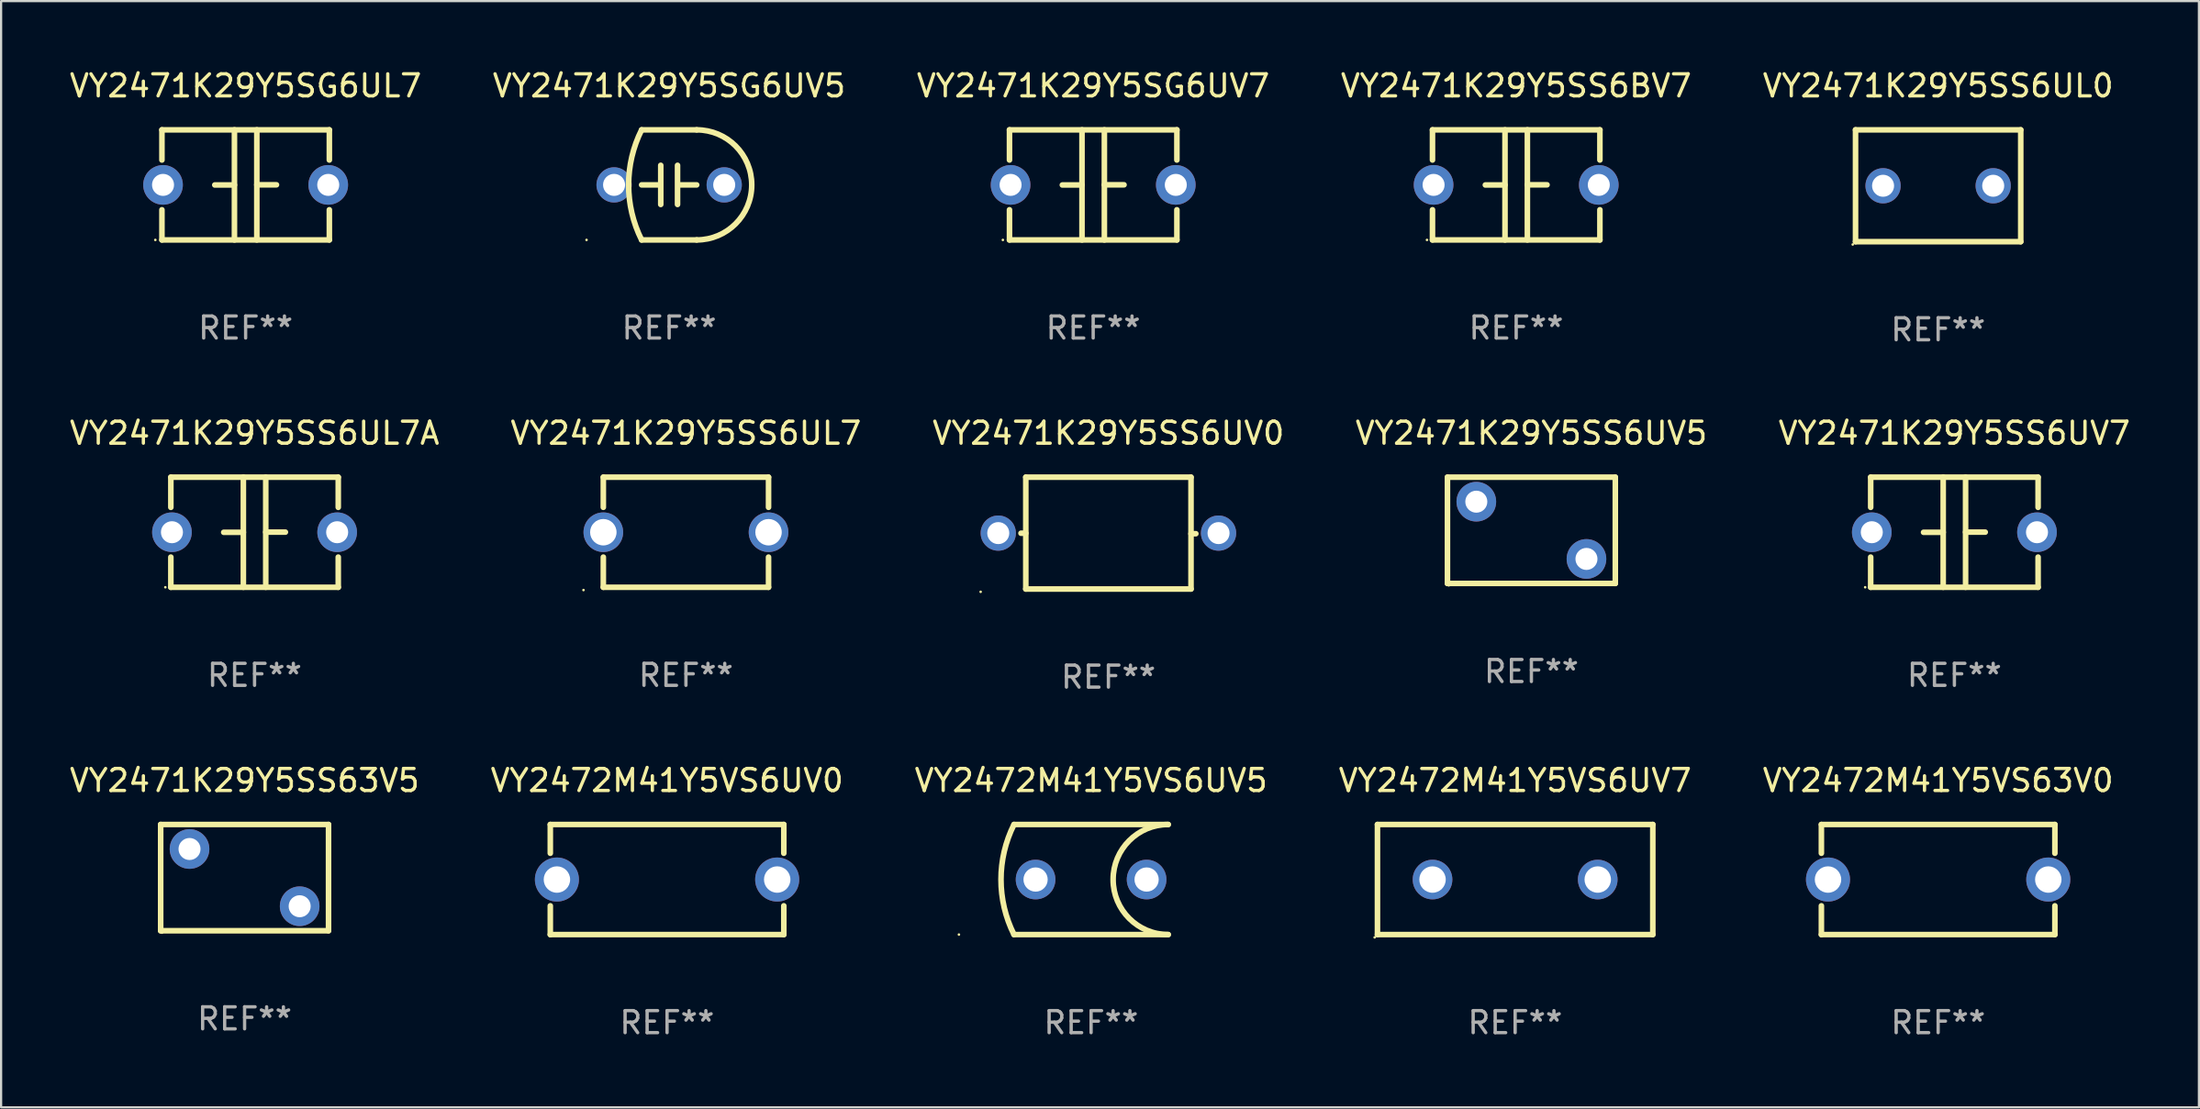
<source format=kicad_pcb>
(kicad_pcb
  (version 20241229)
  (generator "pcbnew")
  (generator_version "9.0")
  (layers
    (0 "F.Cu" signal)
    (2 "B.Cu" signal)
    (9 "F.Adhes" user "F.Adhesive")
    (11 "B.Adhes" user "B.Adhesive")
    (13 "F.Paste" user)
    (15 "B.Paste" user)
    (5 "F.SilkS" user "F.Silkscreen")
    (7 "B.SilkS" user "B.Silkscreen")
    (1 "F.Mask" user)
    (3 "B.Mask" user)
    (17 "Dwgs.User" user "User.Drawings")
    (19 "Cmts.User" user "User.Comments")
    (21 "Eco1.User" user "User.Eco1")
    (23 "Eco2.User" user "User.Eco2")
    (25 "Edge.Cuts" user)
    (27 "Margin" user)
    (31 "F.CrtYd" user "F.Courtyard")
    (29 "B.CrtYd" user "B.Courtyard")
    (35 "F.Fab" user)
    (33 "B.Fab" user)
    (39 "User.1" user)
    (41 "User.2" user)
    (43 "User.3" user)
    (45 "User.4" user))
  (footprint "VY2471K29Y5SS6UV0"
    (layer "F.Cu")
    (at 47.268 21.165)
    (property "Reference" "VY2471K29Y5SS6UV0" (at 0 -4.54 0) (layer "F.SilkS") (effects (font (size 1 1) (thickness 0.15))))
    (attr through_hole)
    (fp_line (start -3.75 -2.54) (end 3.75 -2.54) (stroke (width 0.254) (type solid)) (layer "F.SilkS"))
    (fp_line (start -3.75 0.006) (end -3.969 0.006) (stroke (width 0.254) (type solid)) (layer "F.SilkS"))
    (fp_line (start -3.75 2.54) (end -3.75 -2.54) (stroke (width 0.254) (type solid)) (layer "F.SilkS"))
    (fp_line (start 3.75 -2.54) (end 3.75 2.54) (stroke (width 0.254) (type solid)) (layer "F.SilkS"))
    (fp_line (start 3.75 0.028) (end 3.969 0.028) (stroke (width 0.254) (type solid)) (layer "F.SilkS"))
    (fp_line (start 3.75 2.54) (end -3.75 2.54) (stroke (width 0.254) (type solid)) (layer "F.SilkS"))
    (fp_circle (center -5.8 2.667) (end -5.77 2.667) (stroke (width 0.06) (type solid)) (fill no) (layer "F.SilkS"))
    (fp_text user "REF**" (at 0 6.54 0) (layer "F.Fab") (effects (font (size 1 1) (thickness 0.15))))
    (pad "1" thru_hole circle (at -5 0) (size 1.6 1.6) (drill 1) (layers "*.Cu" "*.Mask"))
    (pad "2" thru_hole circle (at 5 0) (size 1.6 1.6) (drill 1) (layers "*.Cu" "*.Mask")))
  (footprint "VY2471K29Y5SS63V5"
    (layer "F.Cu")
    (at 8.054 36.814)
    (property "Reference" "VY2471K29Y5SS63V5" (at 0 -4.413 0) (layer "F.SilkS") (effects (font (size 1 1) (thickness 0.15))))
    (attr through_hole)
    (fp_line (start -3.81 -2.413) (end -3.81 2.413) (stroke (width 0.254) (type solid)) (layer "F.SilkS"))
    (fp_line (start -3.81 2.413) (end 3.81 2.413) (stroke (width 0.254) (type solid)) (layer "F.SilkS"))
    (fp_line (start 3.81 -2.413) (end -3.81 -2.413) (stroke (width 0.254) (type solid)) (layer "F.SilkS"))
    (fp_line (start 3.81 2.413) (end 3.81 -2.413) (stroke (width 0.254) (type solid)) (layer "F.SilkS"))
    (fp_circle (center -3.75 2.5) (end -3.72 2.5) (stroke (width 0.06) (type solid)) (fill no) (layer "F.SilkS"))
    (fp_text user "REF**" (at 0 6.413 0) (layer "F.Fab") (effects (font (size 1 1) (thickness 0.15))))
    (pad "1" thru_hole circle (at -2.5 -1.3) (size 1.8 1.8) (drill 1) (layers "*.Cu" "*.Mask"))
    (pad "2" thru_hole circle (at 2.5 1.3) (size 1.8 1.8) (drill 1) (layers "*.Cu" "*.Mask")))
  (footprint "VY2472M41Y5VS6UV0"
    (layer "F.Cu")
    (at 27.232 36.901)
    (property "Reference" "VY2472M41Y5VS6UV0" (at 0 -4.5 0) (layer "F.SilkS") (effects (font (size 1 1) (thickness 0.15))))
    (attr through_hole)
    (fp_line (start -5.3 -2.5) (end -5.3 -1.194) (stroke (width 0.254) (type solid)) (layer "F.SilkS"))
    (fp_line (start -5.3 -2.5) (end 5.3 -2.5) (stroke (width 0.254) (type solid)) (layer "F.SilkS"))
    (fp_line (start -5.3 1.194) (end -5.3 2.5) (stroke (width 0.254) (type solid)) (layer "F.SilkS"))
    (fp_line (start -5.3 2.5) (end 5.3 2.5) (stroke (width 0.254) (type solid)) (layer "F.SilkS"))
    (fp_line (start 5.3 -2.5) (end 5.3 -1.194) (stroke (width 0.254) (type solid)) (layer "F.SilkS"))
    (fp_line (start 5.3 1.194) (end 5.3 2.5) (stroke (width 0.254) (type solid)) (layer "F.SilkS"))
    (fp_circle (center -5.3 2.5) (end -5.27 2.5) (stroke (width 0.06) (type solid)) (fill no) (layer "F.SilkS"))
    (fp_text user "REF**" (at 0 6.5 0) (layer "F.Fab") (effects (font (size 1 1) (thickness 0.15))))
    (pad "1" thru_hole circle (at -5 0) (size 2 2) (drill 1.2) (layers "*.Cu" "*.Mask"))
    (pad "2" thru_hole circle (at 5 0) (size 2 2) (drill 1.2) (layers "*.Cu" "*.Mask")))
  (footprint "VY2471K29Y5SS6UV7"
    (layer "F.Cu")
    (at 85.673 21.125)
    (property "Reference" "VY2471K29Y5SS6UV7" (at 0 -4.5 0) (layer "F.SilkS") (effects (font (size 1 1) (thickness 0.15))))
    (attr through_hole)
    (fp_line (start -3.8 -2.5) (end -3.8 -1.13) (stroke (width 0.254) (type solid)) (layer "F.SilkS"))
    (fp_line (start -3.8 -2.5) (end 3.8 -2.5) (stroke (width 0.254) (type solid)) (layer "F.SilkS"))
    (fp_line (start -3.8 1.13) (end -3.8 2.5) (stroke (width 0.254) (type solid)) (layer "F.SilkS"))
    (fp_line (start -3.8 2.5) (end 3.8 2.5) (stroke (width 0.254) (type solid)) (layer "F.SilkS"))
    (fp_line (start -0.508 0.004) (end -1.4 0.004) (stroke (width 0.254) (type solid)) (layer "F.SilkS"))
    (fp_line (start -0.508 2.5) (end -0.508 -2.5) (stroke (width 0.254) (type solid)) (layer "F.SilkS"))
    (fp_line (start 0.508 -2.5) (end 0.508 2.5) (stroke (width 0.254) (type solid)) (layer "F.SilkS"))
    (fp_line (start 0.508 -0.004) (end 1.4 -0.004) (stroke (width 0.254) (type solid)) (layer "F.SilkS"))
    (fp_line (start 3.8 -2.5) (end 3.8 -1.13) (stroke (width 0.254) (type solid)) (layer "F.SilkS"))
    (fp_line (start 3.8 1.13) (end 3.8 2.5) (stroke (width 0.254) (type solid)) (layer "F.SilkS"))
    (fp_circle (center -4.05 2.5) (end -4.02 2.5) (stroke (width 0.06) (type solid)) (fill no) (layer "F.SilkS"))
    (fp_text user "REF**" (at 0 6.5 0) (layer "F.Fab") (effects (font (size 1 1) (thickness 0.15))))
    (pad "1" thru_hole circle (at -3.75 0.000127) (size 1.8 1.8) (drill 1) (layers "*.Cu" "*.Mask"))
    (pad "2" thru_hole circle (at 3.75 0.000127) (size 1.8 1.8) (drill 1) (layers "*.Cu" "*.Mask")))
  (footprint "VY2471K29Y5SG6UL7"
    (layer "F.Cu")
    (at 8.101 5.348)
    (property "Reference" "VY2471K29Y5SG6UL7" (at 0 -4.5 0) (layer "F.SilkS") (effects (font (size 1 1) (thickness 0.15))))
    (attr through_hole)
    (fp_line (start -3.8 -2.5) (end -3.8 -1.13) (stroke (width 0.254) (type solid)) (layer "F.SilkS"))
    (fp_line (start -3.8 -2.5) (end 3.8 -2.5) (stroke (width 0.254) (type solid)) (layer "F.SilkS"))
    (fp_line (start -3.8 1.13) (end -3.8 2.5) (stroke (width 0.254) (type solid)) (layer "F.SilkS"))
    (fp_line (start -3.8 2.5) (end 3.8 2.5) (stroke (width 0.254) (type solid)) (layer "F.SilkS"))
    (fp_line (start -0.508 0.004) (end -1.4 0.004) (stroke (width 0.254) (type solid)) (layer "F.SilkS"))
    (fp_line (start -0.508 2.5) (end -0.508 -2.5) (stroke (width 0.254) (type solid)) (layer "F.SilkS"))
    (fp_line (start 0.508 -2.5) (end 0.508 2.5) (stroke (width 0.254) (type solid)) (layer "F.SilkS"))
    (fp_line (start 0.508 -0.004) (end 1.4 -0.004) (stroke (width 0.254) (type solid)) (layer "F.SilkS"))
    (fp_line (start 3.8 -2.5) (end 3.8 -1.13) (stroke (width 0.254) (type solid)) (layer "F.SilkS"))
    (fp_line (start 3.8 1.13) (end 3.8 2.5) (stroke (width 0.254) (type solid)) (layer "F.SilkS"))
    (fp_circle (center -4.1 2.5) (end -4.07 2.5) (stroke (width 0.06) (type solid)) (fill no) (layer "F.SilkS"))
    (fp_text user "REF**" (at 0 6.5 0) (layer "F.Fab") (effects (font (size 1 1) (thickness 0.15))))
    (pad "1" thru_hole circle (at -3.75 0) (size 1.8 1.8) (drill 1) (layers "*.Cu" "*.Mask"))
    (pad "2" thru_hole circle (at 3.75 0) (size 1.8 1.8) (drill 1) (layers "*.Cu" "*.Mask")))
  (footprint "VY2471K29Y5SS6BV7"
    (layer "F.Cu")
    (at 65.78 5.348)
    (property "Reference" "VY2471K29Y5SS6BV7" (at 0 -4.5 0) (layer "F.SilkS") (effects (font (size 1 1) (thickness 0.15))))
    (attr through_hole)
    (fp_line (start -3.8 -2.5) (end -3.8 -1.13) (stroke (width 0.254) (type solid)) (layer "F.SilkS"))
    (fp_line (start -3.8 -2.5) (end 3.8 -2.5) (stroke (width 0.254) (type solid)) (layer "F.SilkS"))
    (fp_line (start -3.8 1.13) (end -3.8 2.5) (stroke (width 0.254) (type solid)) (layer "F.SilkS"))
    (fp_line (start -3.8 2.5) (end 3.8 2.5) (stroke (width 0.254) (type solid)) (layer "F.SilkS"))
    (fp_line (start -0.508 0.004) (end -1.4 0.004) (stroke (width 0.254) (type solid)) (layer "F.SilkS"))
    (fp_line (start -0.508 2.5) (end -0.508 -2.5) (stroke (width 0.254) (type solid)) (layer "F.SilkS"))
    (fp_line (start 0.508 -2.5) (end 0.508 2.5) (stroke (width 0.254) (type solid)) (layer "F.SilkS"))
    (fp_line (start 0.508 -0.004) (end 1.4 -0.004) (stroke (width 0.254) (type solid)) (layer "F.SilkS"))
    (fp_line (start 3.8 -2.5) (end 3.8 -1.13) (stroke (width 0.254) (type solid)) (layer "F.SilkS"))
    (fp_line (start 3.8 1.13) (end 3.8 2.5) (stroke (width 0.254) (type solid)) (layer "F.SilkS"))
    (fp_circle (center -4.05 2.5) (end -4.02 2.5) (stroke (width 0.06) (type solid)) (fill no) (layer "F.SilkS"))
    (fp_text user "REF**" (at 0 6.5 0) (layer "F.Fab") (effects (font (size 1 1) (thickness 0.15))))
    (pad "1" thru_hole circle (at -3.75 0.000127) (size 1.8 1.8) (drill 1) (layers "*.Cu" "*.Mask"))
    (pad "2" thru_hole circle (at 3.75 0.000127) (size 1.8 1.8) (drill 1) (layers "*.Cu" "*.Mask")))
  (footprint "VY2471K29Y5SS6UV5"
    (layer "F.Cu")
    (at 66.47 21.038)
    (property "Reference" "VY2471K29Y5SS6UV5" (at 0 -4.413 0) (layer "F.SilkS") (effects (font (size 1 1) (thickness 0.15))))
    (attr through_hole)
    (fp_line (start -3.81 -2.413) (end -3.81 2.413) (stroke (width 0.254) (type solid)) (layer "F.SilkS"))
    (fp_line (start -3.81 2.413) (end 3.81 2.413) (stroke (width 0.254) (type solid)) (layer "F.SilkS"))
    (fp_line (start 3.81 -2.413) (end -3.81 -2.413) (stroke (width 0.254) (type solid)) (layer "F.SilkS"))
    (fp_line (start 3.81 2.413) (end 3.81 -2.413) (stroke (width 0.254) (type solid)) (layer "F.SilkS"))
    (fp_circle (center -3.75 2.5) (end -3.72 2.5) (stroke (width 0.06) (type solid)) (fill no) (layer "F.SilkS"))
    (fp_text user "REF**" (at 0 6.413 0) (layer "F.Fab") (effects (font (size 1 1) (thickness 0.15))))
    (pad "1" thru_hole circle (at -2.5 -1.3) (size 1.8 1.8) (drill 1) (layers "*.Cu" "*.Mask"))
    (pad "2" thru_hole circle (at 2.5 1.3) (size 1.8 1.8) (drill 1) (layers "*.Cu" "*.Mask")))
  (footprint "VY2471K29Y5SS6UL7A"
    (layer "F.Cu")
    (at 8.506 21.125)
    (property "Reference" "VY2471K29Y5SS6UL7A" (at 0 -4.5 0) (layer "F.SilkS") (effects (font (size 1 1) (thickness 0.15))))
    (attr through_hole)
    (fp_line (start -3.8 -2.5) (end -3.8 -1.13) (stroke (width 0.254) (type solid)) (layer "F.SilkS"))
    (fp_line (start -3.8 -2.5) (end 3.8 -2.5) (stroke (width 0.254) (type solid)) (layer "F.SilkS"))
    (fp_line (start -3.8 1.13) (end -3.8 2.5) (stroke (width 0.254) (type solid)) (layer "F.SilkS"))
    (fp_line (start -3.8 2.5) (end 3.8 2.5) (stroke (width 0.254) (type solid)) (layer "F.SilkS"))
    (fp_line (start -0.508 0.004) (end -1.4 0.004) (stroke (width 0.254) (type solid)) (layer "F.SilkS"))
    (fp_line (start -0.508 2.5) (end -0.508 -2.5) (stroke (width 0.254) (type solid)) (layer "F.SilkS"))
    (fp_line (start 0.508 -2.5) (end 0.508 2.5) (stroke (width 0.254) (type solid)) (layer "F.SilkS"))
    (fp_line (start 0.508 -0.004) (end 1.4 -0.004) (stroke (width 0.254) (type solid)) (layer "F.SilkS"))
    (fp_line (start 3.8 -2.5) (end 3.8 -1.13) (stroke (width 0.254) (type solid)) (layer "F.SilkS"))
    (fp_line (start 3.8 1.13) (end 3.8 2.5) (stroke (width 0.254) (type solid)) (layer "F.SilkS"))
    (fp_circle (center -4.05 2.5) (end -4.02 2.5) (stroke (width 0.06) (type solid)) (fill no) (layer "F.SilkS"))
    (fp_text user "REF**" (at 0 6.5 0) (layer "F.Fab") (effects (font (size 1 1) (thickness 0.15))))
    (pad "1" thru_hole circle (at -3.75 0.000127) (size 1.8 1.8) (drill 1) (layers "*.Cu" "*.Mask"))
    (pad "2" thru_hole circle (at 3.75 0.000127) (size 1.8 1.8) (drill 1) (layers "*.Cu" "*.Mask")))
  (footprint "VY2472M41Y5VS6UV7"
    (layer "F.Cu")
    (at 65.732 36.901)
    (property "Reference" "VY2472M41Y5VS6UV7" (at 0 -4.5 0) (layer "F.SilkS") (effects (font (size 1 1) (thickness 0.15))))
    (attr through_hole)
    (fp_line (start -6.25 -2.5) (end 6.25 -2.5) (stroke (width 0.254) (type solid)) (layer "F.SilkS"))
    (fp_line (start -6.25 2.5) (end -6.25 -2.5) (stroke (width 0.254) (type solid)) (layer "F.SilkS"))
    (fp_line (start 6.25 -2.5) (end 6.25 2.5) (stroke (width 0.254) (type solid)) (layer "F.SilkS"))
    (fp_line (start 6.25 2.5) (end -6.25 2.5) (stroke (width 0.254) (type solid)) (layer "F.SilkS"))
    (fp_circle (center -6.377 2.627) (end -6.347 2.627) (stroke (width 0.06) (type solid)) (fill no) (layer "F.SilkS"))
    (fp_text user "REF**" (at 0 6.5 0) (layer "F.Fab") (effects (font (size 1 1) (thickness 0.15))))
    (pad "1" thru_hole circle (at -3.75 0) (size 1.8 1.8) (drill 1.2) (layers "*.Cu" "*.Mask"))
    (pad "2" thru_hole circle (at 3.75 0) (size 1.8 1.8) (drill 1.2) (layers "*.Cu" "*.Mask")))
  (footprint "VY2471K29Y5SS6UL7"
    (layer "F.Cu")
    (at 28.089 21.125)
    (property "Reference" "VY2471K29Y5SS6UL7" (at 0 -4.5 0) (layer "F.SilkS") (effects (font (size 1 1) (thickness 0.15))))
    (attr through_hole)
    (fp_line (start -3.75 -2.5) (end -3.75 -1.131) (stroke (width 0.254) (type solid)) (layer "F.SilkS"))
    (fp_line (start -3.75 -2.5) (end 3.75 -2.5) (stroke (width 0.254) (type solid)) (layer "F.SilkS"))
    (fp_line (start -3.75 1.131) (end -3.75 2.5) (stroke (width 0.254) (type solid)) (layer "F.SilkS"))
    (fp_line (start 3.75 -2.5) (end 3.75 -1.131) (stroke (width 0.254) (type solid)) (layer "F.SilkS"))
    (fp_line (start 3.75 1.131) (end 3.75 2.5) (stroke (width 0.254) (type solid)) (layer "F.SilkS"))
    (fp_line (start 3.75 2.5) (end -3.75 2.5) (stroke (width 0.254) (type solid)) (layer "F.SilkS"))
    (fp_circle (center -4.65 2.627) (end -4.62 2.627) (stroke (width 0.06) (type solid)) (fill no) (layer "F.SilkS"))
    (fp_text user "REF**" (at 0 6.5 0) (layer "F.Fab") (effects (font (size 1 1) (thickness 0.15))))
    (pad "1" thru_hole circle (at -3.75 0) (size 1.8 1.8) (drill 1.2) (layers "*.Cu" "*.Mask"))
    (pad "2" thru_hole circle (at 3.75 0) (size 1.8 1.8) (drill 1.2) (layers "*.Cu" "*.Mask")))
  (footprint "VY2472M41Y5VS6UV5"
    (layer "F.Cu")
    (at 46.482 36.901)
    (property "Reference" "VY2472M41Y5VS6UV5" (at 0 -4.5 0) (layer "F.SilkS") (effects (font (size 1 1) (thickness 0.15))))
    (attr through_hole)
    (fp_line (start -3.5 2.5) (end 3.5 2.5) (stroke (width 0.254) (type solid)) (layer "F.SilkS"))
    (fp_line (start 3.5 -2.5) (end -3.5 -2.5) (stroke (width 0.254) (type solid)) (layer "F.SilkS"))
    (fp_arc (start -3.499974 2.5) (mid -4.090136 -0.000003) (end -3.499949 -2.5) (stroke (width 0.254001) (type solid)) (layer "F.SilkS"))
    (fp_arc (start 3.499949 2.5) (mid 0.999975 -0.000013) (end 3.499976 -2.5) (stroke (width 0.254001) (type solid)) (layer "F.SilkS"))
    (fp_circle (center -6 2.5) (end -5.97 2.5) (stroke (width 0.06) (type solid)) (fill no) (layer "F.SilkS"))
    (fp_text user "REF**" (at 0 6.5 0) (layer "F.Fab") (effects (font (size 1 1) (thickness 0.15))))
    (pad "1" thru_hole circle (at -2.52 -0.000076) (size 1.8 1.8) (drill 1.1) (layers "*.Cu" "*.Mask"))
    (pad "2" thru_hole circle (at 2.52 -0.000076) (size 1.8 1.8) (drill 1.1) (layers "*.Cu" "*.Mask")))
  (footprint "VY2472M41Y5VS63V0"
    (layer "F.Cu")
    (at 84.935 36.901)
    (property "Reference" "VY2472M41Y5VS63V0" (at 0 -4.5 0) (layer "F.SilkS") (effects (font (size 1 1) (thickness 0.15))))
    (attr through_hole)
    (fp_line (start -5.3 -2.5) (end -5.3 -1.194) (stroke (width 0.254) (type solid)) (layer "F.SilkS"))
    (fp_line (start -5.3 -2.5) (end 5.3 -2.5) (stroke (width 0.254) (type solid)) (layer "F.SilkS"))
    (fp_line (start -5.3 1.194) (end -5.3 2.5) (stroke (width 0.254) (type solid)) (layer "F.SilkS"))
    (fp_line (start -5.3 2.5) (end 5.3 2.5) (stroke (width 0.254) (type solid)) (layer "F.SilkS"))
    (fp_line (start 5.3 -2.5) (end 5.3 -1.194) (stroke (width 0.254) (type solid)) (layer "F.SilkS"))
    (fp_line (start 5.3 1.194) (end 5.3 2.5) (stroke (width 0.254) (type solid)) (layer "F.SilkS"))
    (fp_circle (center -5.3 2.5) (end -5.27 2.5) (stroke (width 0.06) (type solid)) (fill no) (layer "F.SilkS"))
    (fp_text user "REF**" (at 0 6.5 0) (layer "F.Fab") (effects (font (size 1 1) (thickness 0.15))))
    (pad "1" thru_hole circle (at -5 0) (size 2 2) (drill 1.2) (layers "*.Cu" "*.Mask"))
    (pad "2" thru_hole circle (at 5 0) (size 2 2) (drill 1.2) (layers "*.Cu" "*.Mask")))
  (footprint "VY2471K29Y5SG6UV7"
    (layer "F.Cu")
    (at 46.577 5.348)
    (property "Reference" "VY2471K29Y5SG6UV7" (at 0 -4.5 0) (layer "F.SilkS") (effects (font (size 1 1) (thickness 0.15))))
    (attr through_hole)
    (fp_line (start -3.8 -2.5) (end -3.8 -1.13) (stroke (width 0.254) (type solid)) (layer "F.SilkS"))
    (fp_line (start -3.8 -2.5) (end 3.8 -2.5) (stroke (width 0.254) (type solid)) (layer "F.SilkS"))
    (fp_line (start -3.8 1.13) (end -3.8 2.5) (stroke (width 0.254) (type solid)) (layer "F.SilkS"))
    (fp_line (start -3.8 2.5) (end 3.8 2.5) (stroke (width 0.254) (type solid)) (layer "F.SilkS"))
    (fp_line (start -0.508 0.004) (end -1.4 0.004) (stroke (width 0.254) (type solid)) (layer "F.SilkS"))
    (fp_line (start -0.508 2.5) (end -0.508 -2.5) (stroke (width 0.254) (type solid)) (layer "F.SilkS"))
    (fp_line (start 0.508 -2.5) (end 0.508 2.5) (stroke (width 0.254) (type solid)) (layer "F.SilkS"))
    (fp_line (start 0.508 -0.004) (end 1.4 -0.004) (stroke (width 0.254) (type solid)) (layer "F.SilkS"))
    (fp_line (start 3.8 -2.5) (end 3.8 -1.13) (stroke (width 0.254) (type solid)) (layer "F.SilkS"))
    (fp_line (start 3.8 1.13) (end 3.8 2.5) (stroke (width 0.254) (type solid)) (layer "F.SilkS"))
    (fp_circle (center -4.1 2.5) (end -4.07 2.5) (stroke (width 0.06) (type solid)) (fill no) (layer "F.SilkS"))
    (fp_text user "REF**" (at 0 6.5 0) (layer "F.Fab") (effects (font (size 1 1) (thickness 0.15))))
    (pad "1" thru_hole circle (at -3.75 0) (size 1.8 1.8) (drill 1) (layers "*.Cu" "*.Mask"))
    (pad "2" thru_hole circle (at 3.75 0) (size 1.8 1.8) (drill 1) (layers "*.Cu" "*.Mask")))
  (footprint "VY2471K29Y5SS6UL0"
    (layer "F.Cu")
    (at 84.935 5.388)
    (property "Reference" "VY2471K29Y5SS6UL0" (at 0 -4.54 0) (layer "F.SilkS") (effects (font (size 1 1) (thickness 0.15))))
    (attr through_hole)
    (fp_line (start -3.75 -2.54) (end 3.75 -2.54) (stroke (width 0.254) (type solid)) (layer "F.SilkS"))
    (fp_line (start -3.75 2.54) (end -3.75 -2.54) (stroke (width 0.254) (type solid)) (layer "F.SilkS"))
    (fp_line (start 3.75 -2.54) (end 3.75 2.54) (stroke (width 0.254) (type solid)) (layer "F.SilkS"))
    (fp_line (start 3.75 2.54) (end -3.75 2.54) (stroke (width 0.254) (type solid)) (layer "F.SilkS"))
    (fp_circle (center -3.877 2.667) (end -3.847 2.667) (stroke (width 0.06) (type solid)) (fill no) (layer "F.SilkS"))
    (fp_text user "REF**" (at 0 6.54 0) (layer "F.Fab") (effects (font (size 1 1) (thickness 0.15))))
    (pad "1" thru_hole circle (at -2.5 0) (size 1.6 1.6) (drill 1) (layers "*.Cu" "*.Mask"))
    (pad "2" thru_hole circle (at 2.5 0) (size 1.6 1.6) (drill 1) (layers "*.Cu" "*.Mask")))
  (footprint "VY2471K29Y5SG6UV5"
    (layer "F.Cu")
    (at 27.327 5.348)
    (property "Reference" "VY2471K29Y5SG6UV5" (at 0 -4.5 0) (layer "F.SilkS") (effects (font (size 1 1) (thickness 0.15))))
    (attr through_hole)
    (fp_line (start -1.25 0) (end -0.508 0) (stroke (width 0.254) (type solid)) (layer "F.SilkS"))
    (fp_line (start -1.25 -2.5) (end 1.25 -2.5) (stroke (width 0.254) (type solid)) (layer "F.SilkS"))
    (fp_line (start -1.25 2.5) (end 1.25 2.5) (stroke (width 0.254) (type solid)) (layer "F.SilkS"))
    (fp_line (start -0.381 -0.889) (end -0.381 0.889) (stroke (width 0.254) (type solid)) (layer "F.SilkS"))
    (fp_line (start 0.381 -0.889) (end 0.381 0.889) (stroke (width 0.254) (type solid)) (layer "F.SilkS"))
    (fp_line (start 1.25 0) (end 0.508 0) (stroke (width 0.254) (type solid)) (layer "F.SilkS"))
    (fp_arc (start -1.249607 2.5) (mid -1.839785 0.000003) (end -1.249632 -2.5) (stroke (width 0.254001) (type solid)) (layer "F.SilkS"))
    (fp_arc (start 1.249605 -2.5) (mid 3.749606 -0.000014) (end 1.249632 2.5) (stroke (width 0.254001) (type solid)) (layer "F.SilkS"))
    (fp_circle (center -3.75 2.5) (end -3.72 2.5) (stroke (width 0.06) (type solid)) (fill no) (layer "F.SilkS"))
    (fp_text user "REF**" (at 0 6.5 0) (layer "F.Fab") (effects (font (size 1 1) (thickness 0.15))))
    (pad "1" thru_hole circle (at -2.5 0) (size 1.6 1.6) (drill 1) (layers "*.Cu" "*.Mask"))
    (pad "2" thru_hole circle (at 2.5 0) (size 1.6 1.6) (drill 1) (layers "*.Cu" "*.Mask")))
  (gr_rect
    (start -3 -3)
    (end 96.774 47.25)
    (stroke (width 0.1) (type default))
    (fill no)
    (layer "Edge.Cuts")))
</source>
